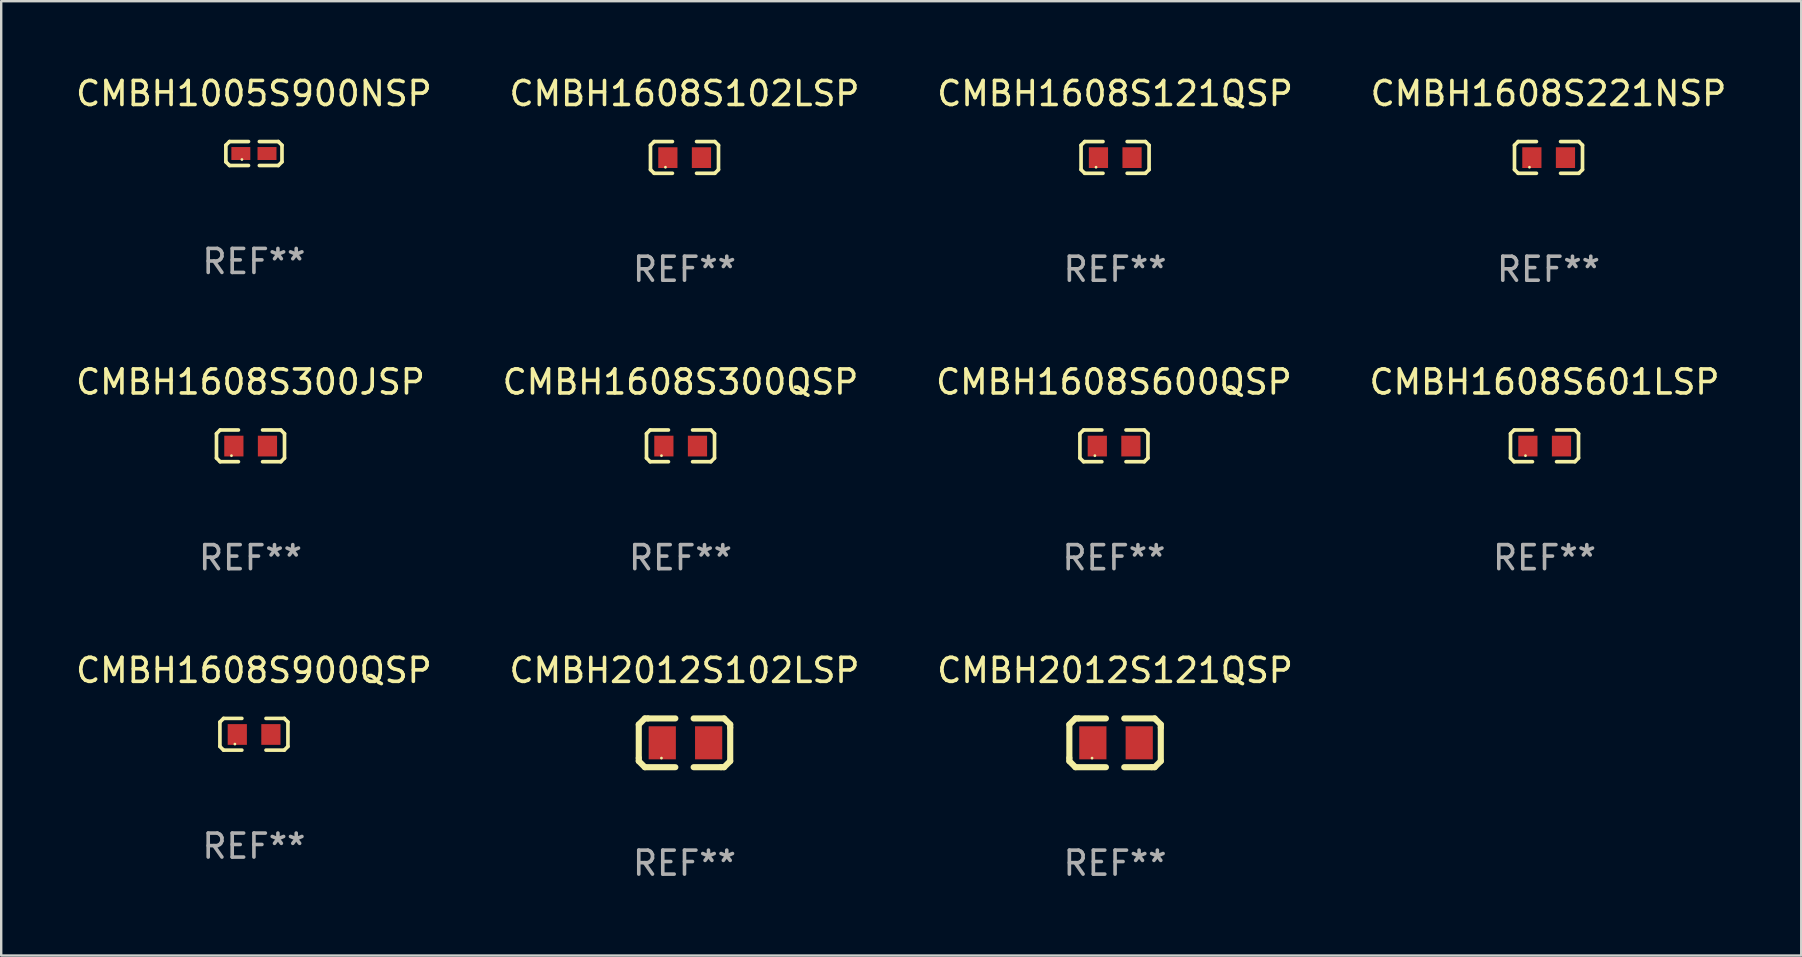
<source format=kicad_pcb>
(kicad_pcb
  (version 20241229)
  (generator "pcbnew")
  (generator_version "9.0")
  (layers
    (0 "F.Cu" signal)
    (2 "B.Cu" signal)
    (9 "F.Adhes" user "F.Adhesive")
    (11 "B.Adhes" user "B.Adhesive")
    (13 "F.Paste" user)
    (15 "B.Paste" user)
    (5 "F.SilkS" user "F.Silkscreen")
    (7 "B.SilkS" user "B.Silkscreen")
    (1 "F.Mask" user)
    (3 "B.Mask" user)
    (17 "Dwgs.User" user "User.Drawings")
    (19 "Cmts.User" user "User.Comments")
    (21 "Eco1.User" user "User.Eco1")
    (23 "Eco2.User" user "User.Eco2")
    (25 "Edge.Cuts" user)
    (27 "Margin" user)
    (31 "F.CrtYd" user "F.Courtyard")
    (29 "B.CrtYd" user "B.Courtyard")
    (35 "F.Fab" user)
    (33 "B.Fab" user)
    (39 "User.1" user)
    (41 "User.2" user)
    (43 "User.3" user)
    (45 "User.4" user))
  (footprint "CMBH1005S900NSP"
    (layer "F.Cu")
    (at 7.53 3.347)
    (property "Reference" "CMBH1005S900NSP" (at 0 -2.499 0) (layer "F.SilkS") (effects (font (size 1 1) (thickness 0.15))))
    (attr through_hole)
    (fp_line (start -1.169 -0.346) (end -1.016 -0.499) (stroke (width 0.152) (type solid)) (layer "F.SilkS"))
    (fp_line (start -1.169 0.346) (end -1.169 -0.346) (stroke (width 0.152) (type solid)) (layer "F.SilkS"))
    (fp_line (start -1.016 -0.499) (end -0.226 -0.499) (stroke (width 0.152) (type solid)) (layer "F.SilkS"))
    (fp_line (start -1.016 0.499) (end -1.169 0.346) (stroke (width 0.152) (type solid)) (layer "F.SilkS"))
    (fp_line (start -0.226 0.499) (end -1.016 0.499) (stroke (width 0.152) (type solid)) (layer "F.SilkS"))
    (fp_line (start 0.226 0.499) (end 1.016 0.499) (stroke (width 0.152) (type solid)) (layer "F.SilkS"))
    (fp_line (start 1.016 -0.499) (end 0.226 -0.499) (stroke (width 0.152) (type solid)) (layer "F.SilkS"))
    (fp_line (start 1.016 0.499) (end 1.169 0.346) (stroke (width 0.152) (type solid)) (layer "F.SilkS"))
    (fp_line (start 1.169 -0.346) (end 1.016 -0.499) (stroke (width 0.152) (type solid)) (layer "F.SilkS"))
    (fp_line (start 1.169 0.346) (end 1.169 -0.346) (stroke (width 0.152) (type solid)) (layer "F.SilkS"))
    (fp_circle (center -0.5 0.25) (end -0.47 0.25) (stroke (width 0.06) (type solid)) (fill no) (layer "F.SilkS"))
    (fp_text user "REF**" (at 0 4.499 0) (layer "F.Fab") (effects (font (size 1 1) (thickness 0.15))))
    (pad "1" smd rect (at -0.545 0) (size 0.79 0.54) (layers "F.Cu" "F.Mask" "F.Paste"))
    (pad "2" smd rect (at 0.545 0) (size 0.79 0.54) (layers "F.Cu" "F.Mask" "F.Paste")))
  (footprint "CMBH1608S600QSP"
    (layer "F.Cu")
    (at 43.363 15.527)
    (property "Reference" "CMBH1608S600QSP" (at 0 -2.661 0) (layer "F.SilkS") (effects (font (size 1 1) (thickness 0.15))))
    (attr through_hole)
    (fp_line (start -1.417 -0.508) (end -1.265 -0.661) (stroke (width 0.152) (type solid)) (layer "F.SilkS"))
    (fp_line (start -1.417 0.508) (end -1.417 -0.508) (stroke (width 0.152) (type solid)) (layer "F.SilkS"))
    (fp_line (start -1.265 -0.661) (end -0.503 -0.661) (stroke (width 0.152) (type solid)) (layer "F.SilkS"))
    (fp_line (start -1.265 0.661) (end -1.417 0.508) (stroke (width 0.152) (type solid)) (layer "F.SilkS"))
    (fp_line (start -1.265 0.661) (end -0.503 0.661) (stroke (width 0.152) (type solid)) (layer "F.SilkS"))
    (fp_line (start 1.265 -0.661) (end 0.503 -0.661) (stroke (width 0.152) (type solid)) (layer "F.SilkS"))
    (fp_line (start 1.265 -0.661) (end 1.417 -0.508) (stroke (width 0.152) (type solid)) (layer "F.SilkS"))
    (fp_line (start 1.265 0.661) (end 0.503 0.661) (stroke (width 0.152) (type solid)) (layer "F.SilkS"))
    (fp_line (start 1.417 -0.508) (end 1.417 0.508) (stroke (width 0.152) (type solid)) (layer "F.SilkS"))
    (fp_line (start 1.417 0.508) (end 1.265 0.661) (stroke (width 0.152) (type solid)) (layer "F.SilkS"))
    (fp_circle (center -0.793 0.409) (end -0.763 0.409) (stroke (width 0.06) (type solid)) (fill no) (layer "F.SilkS"))
    (fp_text user "REF**" (at 0 4.661 0) (layer "F.Fab") (effects (font (size 1 1) (thickness 0.15))))
    (pad "1" smd rect (at -0.693 0.009 180) (size 0.8 0.864) (layers "F.Cu" "F.Mask" "F.Paste"))
    (pad "2" smd rect (at 0.707 0.009 180) (size 0.8 0.864) (layers "F.Cu" "F.Mask" "F.Paste")))
  (footprint "CMBH2012S102LSP"
    (layer "F.Cu")
    (at 25.47 27.9)
    (property "Reference" "CMBH2012S102LSP" (at 0 -3.016 0) (layer "F.SilkS") (effects (font (size 1 1) (thickness 0.15))))
    (attr through_hole)
    (fp_line (start -1.905 -0.762) (end -1.905 0.635) (stroke (width 0.254) (type solid)) (layer "F.SilkS"))
    (fp_line (start -1.905 0.635) (end -1.905 0.762) (stroke (width 0.254) (type solid)) (layer "F.SilkS"))
    (fp_line (start -1.905 0.762) (end -1.651 1.016) (stroke (width 0.254) (type solid)) (layer "F.SilkS"))
    (fp_line (start -1.651 -1.016) (end -1.905 -0.762) (stroke (width 0.254) (type solid)) (layer "F.SilkS"))
    (fp_line (start -1.651 1.016) (end -0.381 1.016) (stroke (width 0.254) (type solid)) (layer "F.SilkS"))
    (fp_line (start -1.524 -1.016) (end -1.651 -1.016) (stroke (width 0.254) (type solid)) (layer "F.SilkS"))
    (fp_line (start -0.381 -1.016) (end -1.524 -1.016) (stroke (width 0.254) (type solid)) (layer "F.SilkS"))
    (fp_line (start 0.381 1.016) (end 1.524 1.016) (stroke (width 0.254) (type solid)) (layer "F.SilkS"))
    (fp_line (start 1.524 1.016) (end 1.651 1.016) (stroke (width 0.254) (type solid)) (layer "F.SilkS"))
    (fp_line (start 1.651 -1.016) (end 0.381 -1.016) (stroke (width 0.254) (type solid)) (layer "F.SilkS"))
    (fp_line (start 1.651 1.016) (end 1.905 0.762) (stroke (width 0.254) (type solid)) (layer "F.SilkS"))
    (fp_line (start 1.905 -0.762) (end 1.651 -1.016) (stroke (width 0.254) (type solid)) (layer "F.SilkS"))
    (fp_line (start 1.905 -0.635) (end 1.905 -0.762) (stroke (width 0.254) (type solid)) (layer "F.SilkS"))
    (fp_line (start 1.905 0.762) (end 1.905 -0.635) (stroke (width 0.254) (type solid)) (layer "F.SilkS"))
    (fp_circle (center -0.96 0.637) (end -0.93 0.637) (stroke (width 0.06) (type solid)) (fill no) (layer "F.SilkS"))
    (fp_text user "REF**" (at 0 5.016 0) (layer "F.Fab") (effects (font (size 1 1) (thickness 0.15))))
    (pad "1" smd rect (at -0.926 -0.000051) (size 1.133 1.377) (layers "F.Cu" "F.Mask" "F.Paste"))
    (pad "2" smd rect (at 1.006 -0.000051) (size 1.133 1.377) (layers "F.Cu" "F.Mask" "F.Paste")))
  (footprint "CMBH1608S300QSP"
    (layer "F.Cu")
    (at 25.304 15.527)
    (property "Reference" "CMBH1608S300QSP" (at 0 -2.661 0) (layer "F.SilkS") (effects (font (size 1 1) (thickness 0.15))))
    (attr through_hole)
    (fp_line (start -1.417 -0.508) (end -1.265 -0.661) (stroke (width 0.152) (type solid)) (layer "F.SilkS"))
    (fp_line (start -1.417 0.508) (end -1.417 -0.508) (stroke (width 0.152) (type solid)) (layer "F.SilkS"))
    (fp_line (start -1.265 -0.661) (end -0.503 -0.661) (stroke (width 0.152) (type solid)) (layer "F.SilkS"))
    (fp_line (start -1.265 0.661) (end -1.417 0.508) (stroke (width 0.152) (type solid)) (layer "F.SilkS"))
    (fp_line (start -1.265 0.661) (end -0.503 0.661) (stroke (width 0.152) (type solid)) (layer "F.SilkS"))
    (fp_line (start 1.265 -0.661) (end 0.503 -0.661) (stroke (width 0.152) (type solid)) (layer "F.SilkS"))
    (fp_line (start 1.265 -0.661) (end 1.417 -0.508) (stroke (width 0.152) (type solid)) (layer "F.SilkS"))
    (fp_line (start 1.265 0.661) (end 0.503 0.661) (stroke (width 0.152) (type solid)) (layer "F.SilkS"))
    (fp_line (start 1.417 -0.508) (end 1.417 0.508) (stroke (width 0.152) (type solid)) (layer "F.SilkS"))
    (fp_line (start 1.417 0.508) (end 1.265 0.661) (stroke (width 0.152) (type solid)) (layer "F.SilkS"))
    (fp_circle (center -0.793 0.409) (end -0.763 0.409) (stroke (width 0.06) (type solid)) (fill no) (layer "F.SilkS"))
    (fp_text user "REF**" (at 0 4.661 0) (layer "F.Fab") (effects (font (size 1 1) (thickness 0.15))))
    (pad "1" smd rect (at -0.693 0.009 180) (size 0.8 0.864) (layers "F.Cu" "F.Mask" "F.Paste"))
    (pad "2" smd rect (at 0.707 0.009 180) (size 0.8 0.864) (layers "F.Cu" "F.Mask" "F.Paste")))
  (footprint "CMBH1608S102LSP"
    (layer "F.Cu")
    (at 25.47 3.509)
    (property "Reference" "CMBH1608S102LSP" (at 0 -2.661 0) (layer "F.SilkS") (effects (font (size 1 1) (thickness 0.15))))
    (attr through_hole)
    (fp_line (start -1.417 -0.508) (end -1.265 -0.661) (stroke (width 0.152) (type solid)) (layer "F.SilkS"))
    (fp_line (start -1.417 0.508) (end -1.417 -0.508) (stroke (width 0.152) (type solid)) (layer "F.SilkS"))
    (fp_line (start -1.265 -0.661) (end -0.503 -0.661) (stroke (width 0.152) (type solid)) (layer "F.SilkS"))
    (fp_line (start -1.265 0.661) (end -1.417 0.508) (stroke (width 0.152) (type solid)) (layer "F.SilkS"))
    (fp_line (start -1.265 0.661) (end -0.503 0.661) (stroke (width 0.152) (type solid)) (layer "F.SilkS"))
    (fp_line (start 1.265 -0.661) (end 0.503 -0.661) (stroke (width 0.152) (type solid)) (layer "F.SilkS"))
    (fp_line (start 1.265 -0.661) (end 1.417 -0.508) (stroke (width 0.152) (type solid)) (layer "F.SilkS"))
    (fp_line (start 1.265 0.661) (end 0.503 0.661) (stroke (width 0.152) (type solid)) (layer "F.SilkS"))
    (fp_line (start 1.417 -0.508) (end 1.417 0.508) (stroke (width 0.152) (type solid)) (layer "F.SilkS"))
    (fp_line (start 1.417 0.508) (end 1.265 0.661) (stroke (width 0.152) (type solid)) (layer "F.SilkS"))
    (fp_circle (center -0.793 0.409) (end -0.763 0.409) (stroke (width 0.06) (type solid)) (fill no) (layer "F.SilkS"))
    (fp_text user "REF**" (at 0 4.661 0) (layer "F.Fab") (effects (font (size 1 1) (thickness 0.15))))
    (pad "1" smd rect (at -0.693 0.009 180) (size 0.8 0.864) (layers "F.Cu" "F.Mask" "F.Paste"))
    (pad "2" smd rect (at 0.707 0.009 180) (size 0.8 0.864) (layers "F.Cu" "F.Mask" "F.Paste")))
  (footprint "CMBH1608S601LSP"
    (layer "F.Cu")
    (at 61.304 15.527)
    (property "Reference" "CMBH1608S601LSP" (at 0 -2.661 0) (layer "F.SilkS") (effects (font (size 1 1) (thickness 0.15))))
    (attr through_hole)
    (fp_line (start -1.417 -0.508) (end -1.265 -0.661) (stroke (width 0.152) (type solid)) (layer "F.SilkS"))
    (fp_line (start -1.417 0.508) (end -1.417 -0.508) (stroke (width 0.152) (type solid)) (layer "F.SilkS"))
    (fp_line (start -1.265 -0.661) (end -0.503 -0.661) (stroke (width 0.152) (type solid)) (layer "F.SilkS"))
    (fp_line (start -1.265 0.661) (end -1.417 0.508) (stroke (width 0.152) (type solid)) (layer "F.SilkS"))
    (fp_line (start -1.265 0.661) (end -0.503 0.661) (stroke (width 0.152) (type solid)) (layer "F.SilkS"))
    (fp_line (start 1.265 -0.661) (end 0.503 -0.661) (stroke (width 0.152) (type solid)) (layer "F.SilkS"))
    (fp_line (start 1.265 -0.661) (end 1.417 -0.508) (stroke (width 0.152) (type solid)) (layer "F.SilkS"))
    (fp_line (start 1.265 0.661) (end 0.503 0.661) (stroke (width 0.152) (type solid)) (layer "F.SilkS"))
    (fp_line (start 1.417 -0.508) (end 1.417 0.508) (stroke (width 0.152) (type solid)) (layer "F.SilkS"))
    (fp_line (start 1.417 0.508) (end 1.265 0.661) (stroke (width 0.152) (type solid)) (layer "F.SilkS"))
    (fp_circle (center -0.793 0.409) (end -0.763 0.409) (stroke (width 0.06) (type solid)) (fill no) (layer "F.SilkS"))
    (fp_text user "REF**" (at 0 4.661 0) (layer "F.Fab") (effects (font (size 1 1) (thickness 0.15))))
    (pad "1" smd rect (at -0.693 0.009 180) (size 0.8 0.864) (layers "F.Cu" "F.Mask" "F.Paste"))
    (pad "2" smd rect (at 0.707 0.009 180) (size 0.8 0.864) (layers "F.Cu" "F.Mask" "F.Paste")))
  (footprint "CMBH1608S121QSP"
    (layer "F.Cu")
    (at 43.411 3.509)
    (property "Reference" "CMBH1608S121QSP" (at 0 -2.661 0) (layer "F.SilkS") (effects (font (size 1 1) (thickness 0.15))))
    (attr through_hole)
    (fp_line (start -1.417 -0.508) (end -1.265 -0.661) (stroke (width 0.152) (type solid)) (layer "F.SilkS"))
    (fp_line (start -1.417 0.508) (end -1.417 -0.508) (stroke (width 0.152) (type solid)) (layer "F.SilkS"))
    (fp_line (start -1.265 -0.661) (end -0.503 -0.661) (stroke (width 0.152) (type solid)) (layer "F.SilkS"))
    (fp_line (start -1.265 0.661) (end -1.417 0.508) (stroke (width 0.152) (type solid)) (layer "F.SilkS"))
    (fp_line (start -1.265 0.661) (end -0.503 0.661) (stroke (width 0.152) (type solid)) (layer "F.SilkS"))
    (fp_line (start 1.265 -0.661) (end 0.503 -0.661) (stroke (width 0.152) (type solid)) (layer "F.SilkS"))
    (fp_line (start 1.265 -0.661) (end 1.417 -0.508) (stroke (width 0.152) (type solid)) (layer "F.SilkS"))
    (fp_line (start 1.265 0.661) (end 0.503 0.661) (stroke (width 0.152) (type solid)) (layer "F.SilkS"))
    (fp_line (start 1.417 -0.508) (end 1.417 0.508) (stroke (width 0.152) (type solid)) (layer "F.SilkS"))
    (fp_line (start 1.417 0.508) (end 1.265 0.661) (stroke (width 0.152) (type solid)) (layer "F.SilkS"))
    (fp_circle (center -0.793 0.409) (end -0.763 0.409) (stroke (width 0.06) (type solid)) (fill no) (layer "F.SilkS"))
    (fp_text user "REF**" (at 0 4.661 0) (layer "F.Fab") (effects (font (size 1 1) (thickness 0.15))))
    (pad "1" smd rect (at -0.693 0.009 180) (size 0.8 0.864) (layers "F.Cu" "F.Mask" "F.Paste"))
    (pad "2" smd rect (at 0.707 0.009 180) (size 0.8 0.864) (layers "F.Cu" "F.Mask" "F.Paste")))
  (footprint "CMBH1608S300JSP"
    (layer "F.Cu")
    (at 7.387 15.527)
    (property "Reference" "CMBH1608S300JSP" (at 0 -2.661 0) (layer "F.SilkS") (effects (font (size 1 1) (thickness 0.15))))
    (attr through_hole)
    (fp_line (start -1.417 -0.508) (end -1.265 -0.661) (stroke (width 0.152) (type solid)) (layer "F.SilkS"))
    (fp_line (start -1.417 0.508) (end -1.417 -0.508) (stroke (width 0.152) (type solid)) (layer "F.SilkS"))
    (fp_line (start -1.265 -0.661) (end -0.503 -0.661) (stroke (width 0.152) (type solid)) (layer "F.SilkS"))
    (fp_line (start -1.265 0.661) (end -1.417 0.508) (stroke (width 0.152) (type solid)) (layer "F.SilkS"))
    (fp_line (start -1.265 0.661) (end -0.503 0.661) (stroke (width 0.152) (type solid)) (layer "F.SilkS"))
    (fp_line (start 1.265 -0.661) (end 0.503 -0.661) (stroke (width 0.152) (type solid)) (layer "F.SilkS"))
    (fp_line (start 1.265 -0.661) (end 1.417 -0.508) (stroke (width 0.152) (type solid)) (layer "F.SilkS"))
    (fp_line (start 1.265 0.661) (end 0.503 0.661) (stroke (width 0.152) (type solid)) (layer "F.SilkS"))
    (fp_line (start 1.417 -0.508) (end 1.417 0.508) (stroke (width 0.152) (type solid)) (layer "F.SilkS"))
    (fp_line (start 1.417 0.508) (end 1.265 0.661) (stroke (width 0.152) (type solid)) (layer "F.SilkS"))
    (fp_circle (center -0.793 0.409) (end -0.763 0.409) (stroke (width 0.06) (type solid)) (fill no) (layer "F.SilkS"))
    (fp_text user "REF**" (at 0 4.661 0) (layer "F.Fab") (effects (font (size 1 1) (thickness 0.15))))
    (pad "1" smd rect (at -0.693 0.009 180) (size 0.8 0.864) (layers "F.Cu" "F.Mask" "F.Paste"))
    (pad "2" smd rect (at 0.707 0.009 180) (size 0.8 0.864) (layers "F.Cu" "F.Mask" "F.Paste")))
  (footprint "CMBH2012S121QSP"
    (layer "F.Cu")
    (at 43.411 27.9)
    (property "Reference" "CMBH2012S121QSP" (at 0 -3.016 0) (layer "F.SilkS") (effects (font (size 1 1) (thickness 0.15))))
    (attr through_hole)
    (fp_line (start -1.905 -0.762) (end -1.905 0.635) (stroke (width 0.254) (type solid)) (layer "F.SilkS"))
    (fp_line (start -1.905 0.635) (end -1.905 0.762) (stroke (width 0.254) (type solid)) (layer "F.SilkS"))
    (fp_line (start -1.905 0.762) (end -1.651 1.016) (stroke (width 0.254) (type solid)) (layer "F.SilkS"))
    (fp_line (start -1.651 -1.016) (end -1.905 -0.762) (stroke (width 0.254) (type solid)) (layer "F.SilkS"))
    (fp_line (start -1.651 1.016) (end -0.381 1.016) (stroke (width 0.254) (type solid)) (layer "F.SilkS"))
    (fp_line (start -1.524 -1.016) (end -1.651 -1.016) (stroke (width 0.254) (type solid)) (layer "F.SilkS"))
    (fp_line (start -0.381 -1.016) (end -1.524 -1.016) (stroke (width 0.254) (type solid)) (layer "F.SilkS"))
    (fp_line (start 0.381 1.016) (end 1.524 1.016) (stroke (width 0.254) (type solid)) (layer "F.SilkS"))
    (fp_line (start 1.524 1.016) (end 1.651 1.016) (stroke (width 0.254) (type solid)) (layer "F.SilkS"))
    (fp_line (start 1.651 -1.016) (end 0.381 -1.016) (stroke (width 0.254) (type solid)) (layer "F.SilkS"))
    (fp_line (start 1.651 1.016) (end 1.905 0.762) (stroke (width 0.254) (type solid)) (layer "F.SilkS"))
    (fp_line (start 1.905 -0.762) (end 1.651 -1.016) (stroke (width 0.254) (type solid)) (layer "F.SilkS"))
    (fp_line (start 1.905 -0.635) (end 1.905 -0.762) (stroke (width 0.254) (type solid)) (layer "F.SilkS"))
    (fp_line (start 1.905 0.762) (end 1.905 -0.635) (stroke (width 0.254) (type solid)) (layer "F.SilkS"))
    (fp_circle (center -0.96 0.637) (end -0.93 0.637) (stroke (width 0.06) (type solid)) (fill no) (layer "F.SilkS"))
    (fp_text user "REF**" (at 0 5.016 0) (layer "F.Fab") (effects (font (size 1 1) (thickness 0.15))))
    (pad "1" smd rect (at -0.926 -0.000051) (size 1.133 1.377) (layers "F.Cu" "F.Mask" "F.Paste"))
    (pad "2" smd rect (at 1.006 -0.000051) (size 1.133 1.377) (layers "F.Cu" "F.Mask" "F.Paste")))
  (footprint "CMBH1608S221NSP"
    (layer "F.Cu")
    (at 61.47 3.509)
    (property "Reference" "CMBH1608S221NSP" (at 0 -2.661 0) (layer "F.SilkS") (effects (font (size 1 1) (thickness 0.15))))
    (attr through_hole)
    (fp_line (start -1.417 -0.508) (end -1.265 -0.661) (stroke (width 0.152) (type solid)) (layer "F.SilkS"))
    (fp_line (start -1.417 0.508) (end -1.417 -0.508) (stroke (width 0.152) (type solid)) (layer "F.SilkS"))
    (fp_line (start -1.265 -0.661) (end -0.503 -0.661) (stroke (width 0.152) (type solid)) (layer "F.SilkS"))
    (fp_line (start -1.265 0.661) (end -1.417 0.508) (stroke (width 0.152) (type solid)) (layer "F.SilkS"))
    (fp_line (start -1.265 0.661) (end -0.503 0.661) (stroke (width 0.152) (type solid)) (layer "F.SilkS"))
    (fp_line (start 1.265 -0.661) (end 0.503 -0.661) (stroke (width 0.152) (type solid)) (layer "F.SilkS"))
    (fp_line (start 1.265 -0.661) (end 1.417 -0.508) (stroke (width 0.152) (type solid)) (layer "F.SilkS"))
    (fp_line (start 1.265 0.661) (end 0.503 0.661) (stroke (width 0.152) (type solid)) (layer "F.SilkS"))
    (fp_line (start 1.417 -0.508) (end 1.417 0.508) (stroke (width 0.152) (type solid)) (layer "F.SilkS"))
    (fp_line (start 1.417 0.508) (end 1.265 0.661) (stroke (width 0.152) (type solid)) (layer "F.SilkS"))
    (fp_circle (center -0.793 0.409) (end -0.763 0.409) (stroke (width 0.06) (type solid)) (fill no) (layer "F.SilkS"))
    (fp_text user "REF**" (at 0 4.661 0) (layer "F.Fab") (effects (font (size 1 1) (thickness 0.15))))
    (pad "1" smd rect (at -0.693 0.009 180) (size 0.8 0.864) (layers "F.Cu" "F.Mask" "F.Paste"))
    (pad "2" smd rect (at 0.707 0.009 180) (size 0.8 0.864) (layers "F.Cu" "F.Mask" "F.Paste")))
  (footprint "CMBH1608S900QSP"
    (layer "F.Cu")
    (at 7.53 27.544)
    (property "Reference" "CMBH1608S900QSP" (at 0 -2.661 0) (layer "F.SilkS") (effects (font (size 1 1) (thickness 0.15))))
    (attr through_hole)
    (fp_line (start -1.417 -0.508) (end -1.265 -0.661) (stroke (width 0.152) (type solid)) (layer "F.SilkS"))
    (fp_line (start -1.417 0.508) (end -1.417 -0.508) (stroke (width 0.152) (type solid)) (layer "F.SilkS"))
    (fp_line (start -1.265 -0.661) (end -0.503 -0.661) (stroke (width 0.152) (type solid)) (layer "F.SilkS"))
    (fp_line (start -1.265 0.661) (end -1.417 0.508) (stroke (width 0.152) (type solid)) (layer "F.SilkS"))
    (fp_line (start -1.265 0.661) (end -0.503 0.661) (stroke (width 0.152) (type solid)) (layer "F.SilkS"))
    (fp_line (start 1.265 -0.661) (end 0.503 -0.661) (stroke (width 0.152) (type solid)) (layer "F.SilkS"))
    (fp_line (start 1.265 -0.661) (end 1.417 -0.508) (stroke (width 0.152) (type solid)) (layer "F.SilkS"))
    (fp_line (start 1.265 0.661) (end 0.503 0.661) (stroke (width 0.152) (type solid)) (layer "F.SilkS"))
    (fp_line (start 1.417 -0.508) (end 1.417 0.508) (stroke (width 0.152) (type solid)) (layer "F.SilkS"))
    (fp_line (start 1.417 0.508) (end 1.265 0.661) (stroke (width 0.152) (type solid)) (layer "F.SilkS"))
    (fp_circle (center -0.793 0.409) (end -0.763 0.409) (stroke (width 0.06) (type solid)) (fill no) (layer "F.SilkS"))
    (fp_text user "REF**" (at 0 4.661 0) (layer "F.Fab") (effects (font (size 1 1) (thickness 0.15))))
    (pad "1" smd rect (at -0.693 0.009 180) (size 0.8 0.864) (layers "F.Cu" "F.Mask" "F.Paste"))
    (pad "2" smd rect (at 0.707 0.009 180) (size 0.8 0.864) (layers "F.Cu" "F.Mask" "F.Paste")))
  (gr_rect
    (start -3 -3)
    (end 72 36.764)
    (stroke (width 0.1) (type default))
    (fill no)
    (layer "Edge.Cuts")))
</source>
